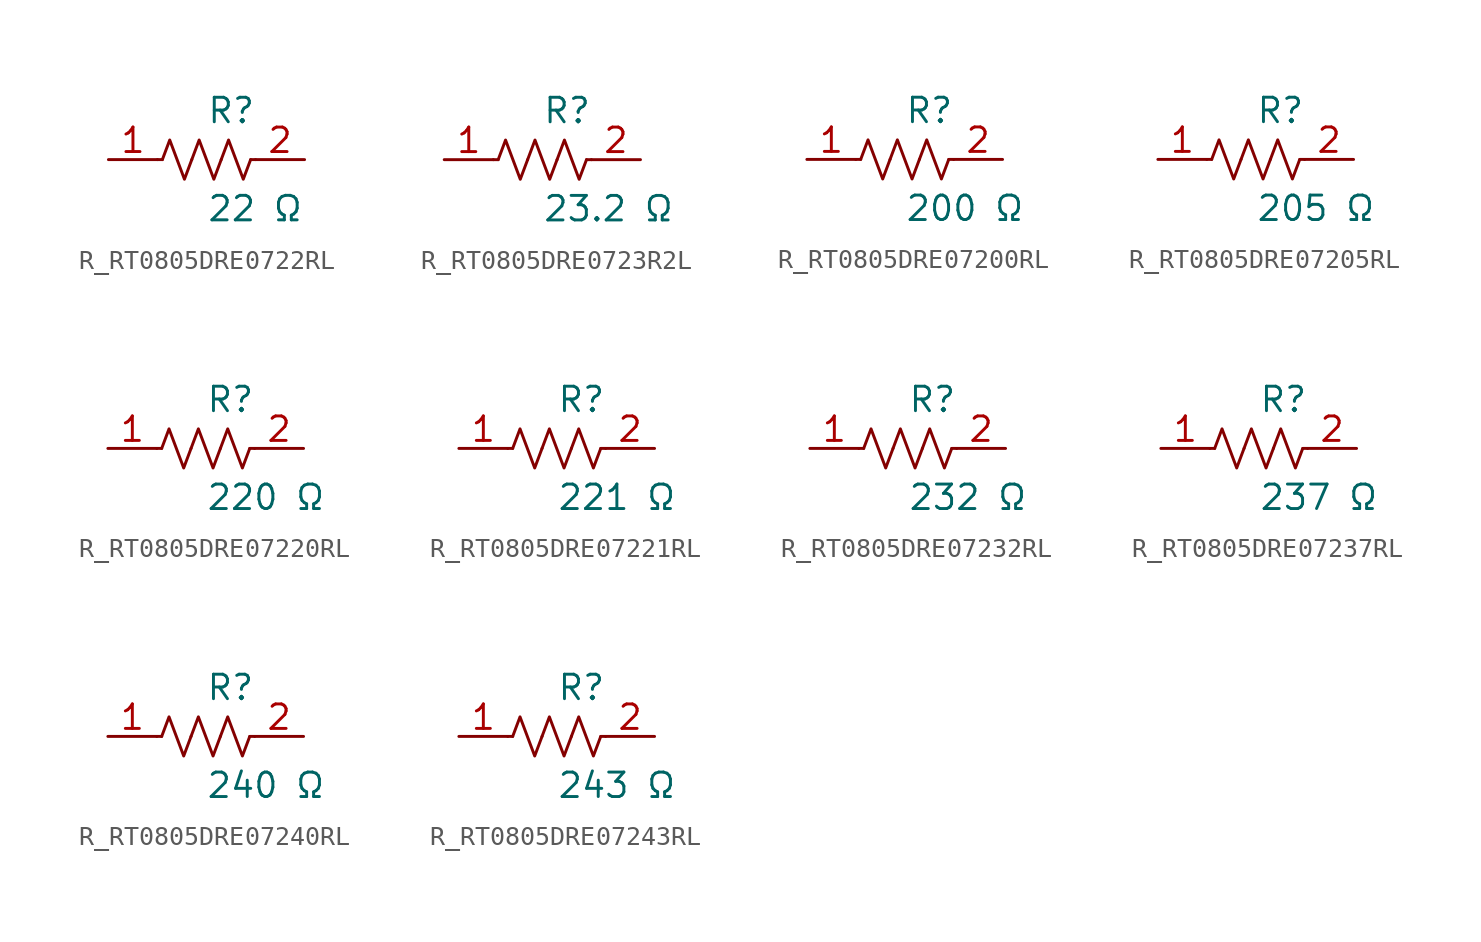
<source format=kicad_sym>
(kicad_symbol_lib
  (version 20231120)
  (generator kicad_symbol_editor)
  (generator_version 8.0)
  (symbol "R_RT0805DRE0722RL"
    (pin_names
      (offset 0.254))
    (property "Reference" "R"
      (at 0.0 2.54 0)
      (effects (font (size 1.27 1.27)) (justify left)))
    (property "Value" "22 Ω"
      (at 0.0 -2.54 0)
      (effects (font (size 1.27 1.27)) (justify left)))
    (symbol "R_RT0805DRE0722RL_0_1"
      (polyline (pts (xy 2.286 0) (xy 2.54 0)) (stroke (width 0) (type default)) (fill (type none)))
      (polyline (pts (xy -2.286 0) (xy -2.54 0)) (stroke (width 0) (type default)) (fill (type none)))
      (polyline (pts (xy 0.762 0) (xy 1.143 1.016) (xy 1.524 0) (xy 1.905 -1.016) (xy 2.286 0)) (stroke (width 0) (type default)) (fill (type none)))
      (polyline (pts (xy -0.762 0) (xy -0.381 1.016) (xy 0 0) (xy 0.381 -1.016) (xy 0.762 0)) (stroke (width 0) (type default)) (fill (type none)))
      (polyline (pts (xy -2.286 0) (xy -1.905 1.016) (xy -1.524 0) (xy -1.143 -1.016) (xy -0.762 0)) (stroke (width 0) (type default)) (fill (type none))))
    (pin unspecified line
      (at -5.08 0 0)
      (length 2.54)
      (name "" (effects (font (size 1.27 1.27))))
      (number "1" (effects (font (size 1.27 1.27)))))
    (pin unspecified line
      (at 5.08 0 180)
      (length 2.54)
      (name "" (effects (font (size 1.27 1.27))))
      (number "2" (effects (font (size 1.27 1.27))))))
  (symbol "R_RT0805DRE0723R2L"
    (pin_names
      (offset 0.254))
    (property "Reference" "R"
      (at 0.0 2.54 0)
      (effects (font (size 1.27 1.27)) (justify left)))
    (property "Value" "23.2 Ω"
      (at 0.0 -2.54 0)
      (effects (font (size 1.27 1.27)) (justify left)))
    (symbol "R_RT0805DRE0723R2L_0_1"
      (polyline (pts (xy 2.286 0) (xy 2.54 0)) (stroke (width 0) (type default)) (fill (type none)))
      (polyline (pts (xy -2.286 0) (xy -2.54 0)) (stroke (width 0) (type default)) (fill (type none)))
      (polyline (pts (xy 0.762 0) (xy 1.143 1.016) (xy 1.524 0) (xy 1.905 -1.016) (xy 2.286 0)) (stroke (width 0) (type default)) (fill (type none)))
      (polyline (pts (xy -0.762 0) (xy -0.381 1.016) (xy 0 0) (xy 0.381 -1.016) (xy 0.762 0)) (stroke (width 0) (type default)) (fill (type none)))
      (polyline (pts (xy -2.286 0) (xy -1.905 1.016) (xy -1.524 0) (xy -1.143 -1.016) (xy -0.762 0)) (stroke (width 0) (type default)) (fill (type none))))
    (pin unspecified line
      (at -5.08 0 0)
      (length 2.54)
      (name "" (effects (font (size 1.27 1.27))))
      (number "1" (effects (font (size 1.27 1.27)))))
    (pin unspecified line
      (at 5.08 0 180)
      (length 2.54)
      (name "" (effects (font (size 1.27 1.27))))
      (number "2" (effects (font (size 1.27 1.27))))))
  (symbol "R_RT0805DRE07200RL"
    (pin_names
      (offset 0.254))
    (property "Reference" "R"
      (at 0.0 2.54 0)
      (effects (font (size 1.27 1.27)) (justify left)))
    (property "Value" "200 Ω"
      (at 0.0 -2.54 0)
      (effects (font (size 1.27 1.27)) (justify left)))
    (symbol "R_RT0805DRE07200RL_0_1"
      (polyline (pts (xy 2.286 0) (xy 2.54 0)) (stroke (width 0) (type default)) (fill (type none)))
      (polyline (pts (xy -2.286 0) (xy -2.54 0)) (stroke (width 0) (type default)) (fill (type none)))
      (polyline (pts (xy 0.762 0) (xy 1.143 1.016) (xy 1.524 0) (xy 1.905 -1.016) (xy 2.286 0)) (stroke (width 0) (type default)) (fill (type none)))
      (polyline (pts (xy -0.762 0) (xy -0.381 1.016) (xy 0 0) (xy 0.381 -1.016) (xy 0.762 0)) (stroke (width 0) (type default)) (fill (type none)))
      (polyline (pts (xy -2.286 0) (xy -1.905 1.016) (xy -1.524 0) (xy -1.143 -1.016) (xy -0.762 0)) (stroke (width 0) (type default)) (fill (type none))))
    (pin unspecified line
      (at -5.08 0 0)
      (length 2.54)
      (name "" (effects (font (size 1.27 1.27))))
      (number "1" (effects (font (size 1.27 1.27)))))
    (pin unspecified line
      (at 5.08 0 180)
      (length 2.54)
      (name "" (effects (font (size 1.27 1.27))))
      (number "2" (effects (font (size 1.27 1.27))))))
  (symbol "R_RT0805DRE07205RL"
    (pin_names
      (offset 0.254))
    (property "Reference" "R"
      (at 0.0 2.54 0)
      (effects (font (size 1.27 1.27)) (justify left)))
    (property "Value" "205 Ω"
      (at 0.0 -2.54 0)
      (effects (font (size 1.27 1.27)) (justify left)))
    (symbol "R_RT0805DRE07205RL_0_1"
      (polyline (pts (xy 2.286 0) (xy 2.54 0)) (stroke (width 0) (type default)) (fill (type none)))
      (polyline (pts (xy -2.286 0) (xy -2.54 0)) (stroke (width 0) (type default)) (fill (type none)))
      (polyline (pts (xy 0.762 0) (xy 1.143 1.016) (xy 1.524 0) (xy 1.905 -1.016) (xy 2.286 0)) (stroke (width 0) (type default)) (fill (type none)))
      (polyline (pts (xy -0.762 0) (xy -0.381 1.016) (xy 0 0) (xy 0.381 -1.016) (xy 0.762 0)) (stroke (width 0) (type default)) (fill (type none)))
      (polyline (pts (xy -2.286 0) (xy -1.905 1.016) (xy -1.524 0) (xy -1.143 -1.016) (xy -0.762 0)) (stroke (width 0) (type default)) (fill (type none))))
    (pin unspecified line
      (at -5.08 0 0)
      (length 2.54)
      (name "" (effects (font (size 1.27 1.27))))
      (number "1" (effects (font (size 1.27 1.27)))))
    (pin unspecified line
      (at 5.08 0 180)
      (length 2.54)
      (name "" (effects (font (size 1.27 1.27))))
      (number "2" (effects (font (size 1.27 1.27))))))
  (symbol "R_RT0805DRE07220RL"
    (pin_names
      (offset 0.254))
    (property "Reference" "R"
      (at 0.0 2.54 0)
      (effects (font (size 1.27 1.27)) (justify left)))
    (property "Value" "220 Ω"
      (at 0.0 -2.54 0)
      (effects (font (size 1.27 1.27)) (justify left)))
    (symbol "R_RT0805DRE07220RL_0_1"
      (polyline (pts (xy 2.286 0) (xy 2.54 0)) (stroke (width 0) (type default)) (fill (type none)))
      (polyline (pts (xy -2.286 0) (xy -2.54 0)) (stroke (width 0) (type default)) (fill (type none)))
      (polyline (pts (xy 0.762 0) (xy 1.143 1.016) (xy 1.524 0) (xy 1.905 -1.016) (xy 2.286 0)) (stroke (width 0) (type default)) (fill (type none)))
      (polyline (pts (xy -0.762 0) (xy -0.381 1.016) (xy 0 0) (xy 0.381 -1.016) (xy 0.762 0)) (stroke (width 0) (type default)) (fill (type none)))
      (polyline (pts (xy -2.286 0) (xy -1.905 1.016) (xy -1.524 0) (xy -1.143 -1.016) (xy -0.762 0)) (stroke (width 0) (type default)) (fill (type none))))
    (pin unspecified line
      (at -5.08 0 0)
      (length 2.54)
      (name "" (effects (font (size 1.27 1.27))))
      (number "1" (effects (font (size 1.27 1.27)))))
    (pin unspecified line
      (at 5.08 0 180)
      (length 2.54)
      (name "" (effects (font (size 1.27 1.27))))
      (number "2" (effects (font (size 1.27 1.27))))))
  (symbol "R_RT0805DRE07221RL"
    (pin_names
      (offset 0.254))
    (property "Reference" "R"
      (at 0.0 2.54 0)
      (effects (font (size 1.27 1.27)) (justify left)))
    (property "Value" "221 Ω"
      (at 0.0 -2.54 0)
      (effects (font (size 1.27 1.27)) (justify left)))
    (symbol "R_RT0805DRE07221RL_0_1"
      (polyline (pts (xy 2.286 0) (xy 2.54 0)) (stroke (width 0) (type default)) (fill (type none)))
      (polyline (pts (xy -2.286 0) (xy -2.54 0)) (stroke (width 0) (type default)) (fill (type none)))
      (polyline (pts (xy 0.762 0) (xy 1.143 1.016) (xy 1.524 0) (xy 1.905 -1.016) (xy 2.286 0)) (stroke (width 0) (type default)) (fill (type none)))
      (polyline (pts (xy -0.762 0) (xy -0.381 1.016) (xy 0 0) (xy 0.381 -1.016) (xy 0.762 0)) (stroke (width 0) (type default)) (fill (type none)))
      (polyline (pts (xy -2.286 0) (xy -1.905 1.016) (xy -1.524 0) (xy -1.143 -1.016) (xy -0.762 0)) (stroke (width 0) (type default)) (fill (type none))))
    (pin unspecified line
      (at -5.08 0 0)
      (length 2.54)
      (name "" (effects (font (size 1.27 1.27))))
      (number "1" (effects (font (size 1.27 1.27)))))
    (pin unspecified line
      (at 5.08 0 180)
      (length 2.54)
      (name "" (effects (font (size 1.27 1.27))))
      (number "2" (effects (font (size 1.27 1.27))))))
  (symbol "R_RT0805DRE07232RL"
    (pin_names
      (offset 0.254))
    (property "Reference" "R"
      (at 0.0 2.54 0)
      (effects (font (size 1.27 1.27)) (justify left)))
    (property "Value" "232 Ω"
      (at 0.0 -2.54 0)
      (effects (font (size 1.27 1.27)) (justify left)))
    (symbol "R_RT0805DRE07232RL_0_1"
      (polyline (pts (xy 2.286 0) (xy 2.54 0)) (stroke (width 0) (type default)) (fill (type none)))
      (polyline (pts (xy -2.286 0) (xy -2.54 0)) (stroke (width 0) (type default)) (fill (type none)))
      (polyline (pts (xy 0.762 0) (xy 1.143 1.016) (xy 1.524 0) (xy 1.905 -1.016) (xy 2.286 0)) (stroke (width 0) (type default)) (fill (type none)))
      (polyline (pts (xy -0.762 0) (xy -0.381 1.016) (xy 0 0) (xy 0.381 -1.016) (xy 0.762 0)) (stroke (width 0) (type default)) (fill (type none)))
      (polyline (pts (xy -2.286 0) (xy -1.905 1.016) (xy -1.524 0) (xy -1.143 -1.016) (xy -0.762 0)) (stroke (width 0) (type default)) (fill (type none))))
    (pin unspecified line
      (at -5.08 0 0)
      (length 2.54)
      (name "" (effects (font (size 1.27 1.27))))
      (number "1" (effects (font (size 1.27 1.27)))))
    (pin unspecified line
      (at 5.08 0 180)
      (length 2.54)
      (name "" (effects (font (size 1.27 1.27))))
      (number "2" (effects (font (size 1.27 1.27))))))
  (symbol "R_RT0805DRE07237RL"
    (pin_names
      (offset 0.254))
    (property "Reference" "R"
      (at 0.0 2.54 0)
      (effects (font (size 1.27 1.27)) (justify left)))
    (property "Value" "237 Ω"
      (at 0.0 -2.54 0)
      (effects (font (size 1.27 1.27)) (justify left)))
    (symbol "R_RT0805DRE07237RL_0_1"
      (polyline (pts (xy 2.286 0) (xy 2.54 0)) (stroke (width 0) (type default)) (fill (type none)))
      (polyline (pts (xy -2.286 0) (xy -2.54 0)) (stroke (width 0) (type default)) (fill (type none)))
      (polyline (pts (xy 0.762 0) (xy 1.143 1.016) (xy 1.524 0) (xy 1.905 -1.016) (xy 2.286 0)) (stroke (width 0) (type default)) (fill (type none)))
      (polyline (pts (xy -0.762 0) (xy -0.381 1.016) (xy 0 0) (xy 0.381 -1.016) (xy 0.762 0)) (stroke (width 0) (type default)) (fill (type none)))
      (polyline (pts (xy -2.286 0) (xy -1.905 1.016) (xy -1.524 0) (xy -1.143 -1.016) (xy -0.762 0)) (stroke (width 0) (type default)) (fill (type none))))
    (pin unspecified line
      (at -5.08 0 0)
      (length 2.54)
      (name "" (effects (font (size 1.27 1.27))))
      (number "1" (effects (font (size 1.27 1.27)))))
    (pin unspecified line
      (at 5.08 0 180)
      (length 2.54)
      (name "" (effects (font (size 1.27 1.27))))
      (number "2" (effects (font (size 1.27 1.27))))))
  (symbol "R_RT0805DRE07240RL"
    (pin_names
      (offset 0.254))
    (property "Reference" "R"
      (at 0.0 2.54 0)
      (effects (font (size 1.27 1.27)) (justify left)))
    (property "Value" "240 Ω"
      (at 0.0 -2.54 0)
      (effects (font (size 1.27 1.27)) (justify left)))
    (symbol "R_RT0805DRE07240RL_0_1"
      (polyline (pts (xy 2.286 0) (xy 2.54 0)) (stroke (width 0) (type default)) (fill (type none)))
      (polyline (pts (xy -2.286 0) (xy -2.54 0)) (stroke (width 0) (type default)) (fill (type none)))
      (polyline (pts (xy 0.762 0) (xy 1.143 1.016) (xy 1.524 0) (xy 1.905 -1.016) (xy 2.286 0)) (stroke (width 0) (type default)) (fill (type none)))
      (polyline (pts (xy -0.762 0) (xy -0.381 1.016) (xy 0 0) (xy 0.381 -1.016) (xy 0.762 0)) (stroke (width 0) (type default)) (fill (type none)))
      (polyline (pts (xy -2.286 0) (xy -1.905 1.016) (xy -1.524 0) (xy -1.143 -1.016) (xy -0.762 0)) (stroke (width 0) (type default)) (fill (type none))))
    (pin unspecified line
      (at -5.08 0 0)
      (length 2.54)
      (name "" (effects (font (size 1.27 1.27))))
      (number "1" (effects (font (size 1.27 1.27)))))
    (pin unspecified line
      (at 5.08 0 180)
      (length 2.54)
      (name "" (effects (font (size 1.27 1.27))))
      (number "2" (effects (font (size 1.27 1.27))))))
  (symbol "R_RT0805DRE07243RL"
    (pin_names
      (offset 0.254))
    (property "Reference" "R"
      (at 0.0 2.54 0)
      (effects (font (size 1.27 1.27)) (justify left)))
    (property "Value" "243 Ω"
      (at 0.0 -2.54 0)
      (effects (font (size 1.27 1.27)) (justify left)))
    (symbol "R_RT0805DRE07243RL_0_1"
      (polyline (pts (xy 2.286 0) (xy 2.54 0)) (stroke (width 0) (type default)) (fill (type none)))
      (polyline (pts (xy -2.286 0) (xy -2.54 0)) (stroke (width 0) (type default)) (fill (type none)))
      (polyline (pts (xy 0.762 0) (xy 1.143 1.016) (xy 1.524 0) (xy 1.905 -1.016) (xy 2.286 0)) (stroke (width 0) (type default)) (fill (type none)))
      (polyline (pts (xy -0.762 0) (xy -0.381 1.016) (xy 0 0) (xy 0.381 -1.016) (xy 0.762 0)) (stroke (width 0) (type default)) (fill (type none)))
      (polyline (pts (xy -2.286 0) (xy -1.905 1.016) (xy -1.524 0) (xy -1.143 -1.016) (xy -0.762 0)) (stroke (width 0) (type default)) (fill (type none))))
    (pin unspecified line
      (at -5.08 0 0)
      (length 2.54)
      (name "" (effects (font (size 1.27 1.27))))
      (number "1" (effects (font (size 1.27 1.27)))))
    (pin unspecified line
      (at 5.08 0 180)
      (length 2.54)
      (name "" (effects (font (size 1.27 1.27))))
      (number "2" (effects (font (size 1.27 1.27)))))))
</source>
